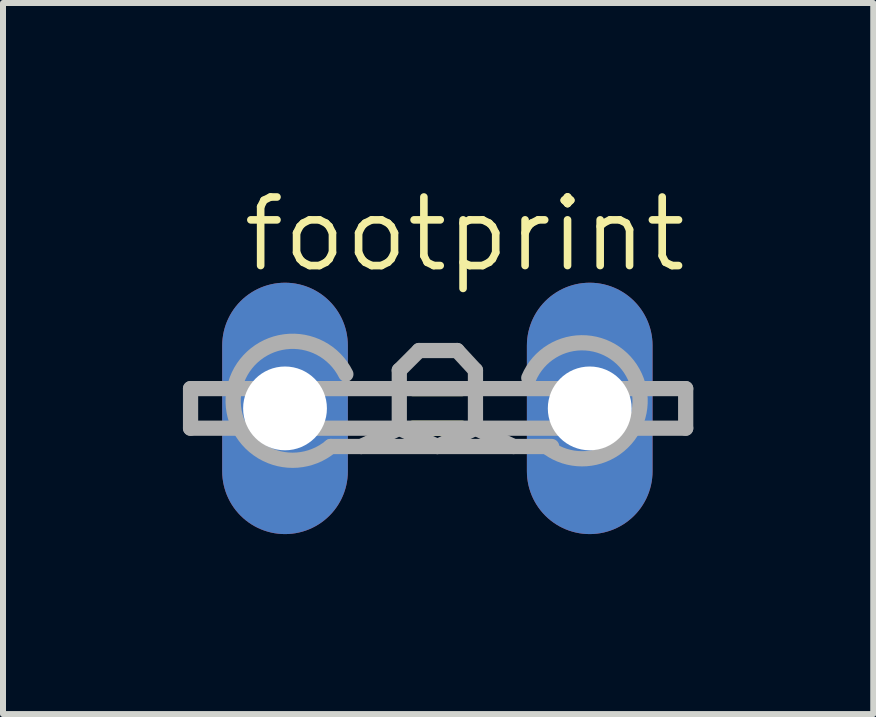
<source format=kicad_pcb>
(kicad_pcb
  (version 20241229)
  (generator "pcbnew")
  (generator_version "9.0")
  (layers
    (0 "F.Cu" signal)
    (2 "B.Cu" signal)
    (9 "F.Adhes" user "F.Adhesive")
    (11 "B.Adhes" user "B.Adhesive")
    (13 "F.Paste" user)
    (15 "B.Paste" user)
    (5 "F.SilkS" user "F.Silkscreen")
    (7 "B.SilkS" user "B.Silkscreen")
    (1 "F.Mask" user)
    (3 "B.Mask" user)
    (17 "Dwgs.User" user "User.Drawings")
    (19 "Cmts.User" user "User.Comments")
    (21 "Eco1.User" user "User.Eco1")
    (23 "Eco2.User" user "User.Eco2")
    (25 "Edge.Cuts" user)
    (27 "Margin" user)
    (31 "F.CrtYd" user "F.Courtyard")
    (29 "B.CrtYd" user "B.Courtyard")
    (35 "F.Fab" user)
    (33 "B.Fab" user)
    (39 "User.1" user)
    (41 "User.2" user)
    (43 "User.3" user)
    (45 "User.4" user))
  (footprint "footprint"
    (layer "F.Cu")
    (at 4.242 3.759)
    (property "Reference" "footprint" (at -3.302 -2.235 0) (layer "F.SilkS") (effects (font (size 1.143 1.143) (thickness 0.127)) (justify left bottom)))
    (fp_line (start -0.406 -0.33) (end 0.406 -0.33) (stroke (width 0.254) (type solid)) (layer "F.SilkS"))
    (fp_line (start -0.406 0.33) (end 0.406 0.33) (stroke (width 0.254) (type solid)) (layer "F.SilkS"))
    (fp_line (start -4.115 -0.33) (end -4.115 0.33) (stroke (width 0.254) (type solid)) (layer "F.Fab"))
    (fp_line (start -4.115 0.33) (end -2.515 0.33) (stroke (width 0.254) (type solid)) (layer "F.Fab"))
    (fp_line (start -2.515 -0.33) (end -4.115 -0.33) (stroke (width 0.254) (type solid)) (layer "F.Fab"))
    (fp_line (start -2.515 -0.33) (end -2.515 0.33) (stroke (width 0.254) (type solid)) (layer "F.Fab"))
    (fp_line (start -2.515 0.33) (end -0.635 0.33) (stroke (width 0.254) (type solid)) (layer "F.Fab"))
    (fp_line (start -1.778 0.635) (end -1.27 0.635) (stroke (width 0.254) (type solid)) (layer "F.Fab"))
    (fp_line (start -1.27 0.635) (end -0.635 0.33) (stroke (width 0.254) (type solid)) (layer "F.Fab"))
    (fp_line (start -1.27 0.635) (end 0 0.635) (stroke (width 0.254) (type solid)) (layer "F.Fab"))
    (fp_line (start -0.635 -0.635) (end -0.305 -0.965) (stroke (width 0.254) (type solid)) (layer "F.Fab"))
    (fp_line (start -0.635 0.33) (end -0.635 -0.635) (stroke (width 0.254) (type solid)) (layer "F.Fab"))
    (fp_line (start -0.635 0.33) (end 0 0.635) (stroke (width 0.254) (type solid)) (layer "F.Fab"))
    (fp_line (start -0.635 0.33) (end 0.635 0.33) (stroke (width 0.254) (type solid)) (layer "F.Fab"))
    (fp_line (start -0.305 -0.965) (end 0.33 -0.965) (stroke (width 0.254) (type solid)) (layer "F.Fab"))
    (fp_line (start 0 0.635) (end 0.635 0.33) (stroke (width 0.254) (type solid)) (layer "F.Fab"))
    (fp_line (start 0 0.635) (end 1.27 0.635) (stroke (width 0.254) (type solid)) (layer "F.Fab"))
    (fp_line (start 0.635 -0.635) (end 0.33 -0.965) (stroke (width 0.254) (type solid)) (layer "F.Fab"))
    (fp_line (start 0.635 0.33) (end 0.635 -0.635) (stroke (width 0.254) (type solid)) (layer "F.Fab"))
    (fp_line (start 0.635 0.33) (end 1.27 0.635) (stroke (width 0.254) (type solid)) (layer "F.Fab"))
    (fp_line (start 0.635 0.33) (end 2.565 0.33) (stroke (width 0.254) (type solid)) (layer "F.Fab"))
    (fp_line (start 1.27 0.635) (end 1.905 0.635) (stroke (width 0.254) (type solid)) (layer "F.Fab"))
    (fp_line (start 2.565 -0.33) (end -2.515 -0.33) (stroke (width 0.254) (type solid)) (layer "F.Fab"))
    (fp_line (start 2.565 -0.33) (end 4.14 -0.33) (stroke (width 0.254) (type solid)) (layer "F.Fab"))
    (fp_line (start 2.565 0.33) (end 2.565 -0.33) (stroke (width 0.254) (type solid)) (layer "F.Fab"))
    (fp_line (start 4.14 -0.33) (end 4.14 0.33) (stroke (width 0.254) (type solid)) (layer "F.Fab"))
    (fp_line (start 4.14 0.33) (end 2.565 0.33) (stroke (width 0.254) (type solid)) (layer "F.Fab"))
    (fp_arc (start -1.778 0.635) (mid -3.383896 -0.330116) (end -1.525801 -0.570599) (stroke (width 0.254) (type solid)) (layer "F.Fab"))
    (fp_arc (start 1.524 -0.508) (mid 3.344423 -0.387624) (end 1.850798 0.66) (stroke (width 0.254) (type solid)) (layer "F.Fab"))
    (pad "1" thru_hole oval (at -2.54 0 90) (size 4.191 2.095) (drill 1.397) (layers "*.Cu" "*.Mask"))
    (pad "2" thru_hole oval (at 2.54 0 90) (size 4.191 2.095) (drill 1.397) (layers "*.Cu" "*.Mask")))
  (gr_rect
    (start -3 -3)
    (end 11.509 8.855)
    (stroke (width 0.1) (type default))
    (fill no)
    (layer "Edge.Cuts")))
</source>
